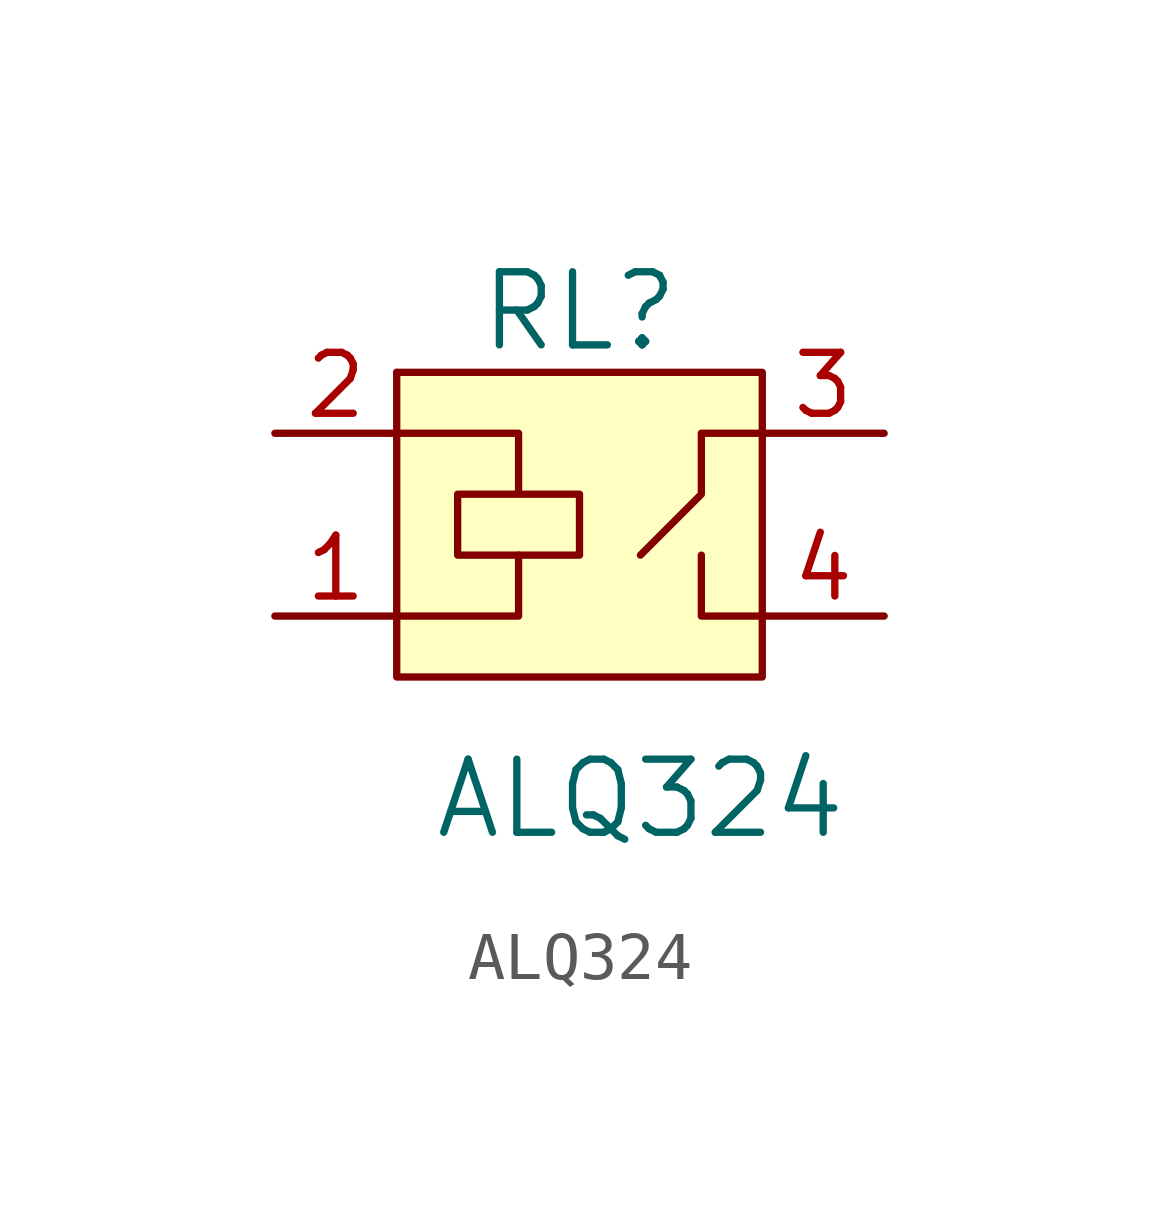
<source format=kicad_sym>
(kicad_symbol_lib
  (version 20220914)
  (generator kicad_symbol_editor)
  (symbol "ALQ324"
    (pin_names
      (offset 1.016))
    (property "Reference" "RL"
      (at 0 7.62 0)
      (effects (font (size 1.524 1.524))))
    (property "Value" "ALQ324"
      (at 1.27 -2.54 0)
      (effects (font (size 1.524 1.524))))
    (symbol "ALQ324_0_1"
      (rectangle (start -3.81 6.35) (end -3.81 6.35) (stroke (width 0) (type default)) (fill (type none)))
      (rectangle (start -3.81 6.35) (end 3.81 0) (stroke (width 0) (type default)) (fill (type background)))
      (polyline (pts (xy -1.27 2.54) (xy -1.27 1.27) (xy -3.81 1.27)) (stroke (width 0) (type default)) (fill (type none)))
      (polyline (pts (xy 2.54 2.54) (xy 2.54 1.27) (xy 3.81 1.27)) (stroke (width 0) (type default)) (fill (type none)))
      (polyline (pts (xy 3.81 5.08) (xy 2.54 5.08) (xy 2.54 3.81) (xy 1.27 2.54)) (stroke (width 0) (type default)) (fill (type none)))
      (polyline (pts (xy -3.81 5.08) (xy -1.27 5.08) (xy -1.27 3.81) (xy -2.54 3.81) (xy -2.54 2.54) (xy 0 2.54) (xy 0 3.81) (xy -1.27 3.81)) (stroke (width 0) (type default)) (fill (type none))))
    (symbol "ALQ324_1_1"
      (pin passive line (at -6.35 1.27 0) (length 2.54) (name "~" (effects (font (size 1.27 1.27)))) (number "1" (effects (font (size 1.27 1.27)))))
      (pin passive line (at -6.35 5.08 0) (length 2.54) (name "~" (effects (font (size 1.27 1.27)))) (number "2" (effects (font (size 1.27 1.27)))))
      (pin passive line (at 6.35 5.08 180) (length 2.54) (name "~" (effects (font (size 1.27 1.27)))) (number "3" (effects (font (size 1.27 1.27)))))
      (pin passive line (at 6.35 1.27 180) (length 2.54) (name "~" (effects (font (size 1.27 1.27)))) (number "4" (effects (font (size 1.27 1.27))))))))
</source>
